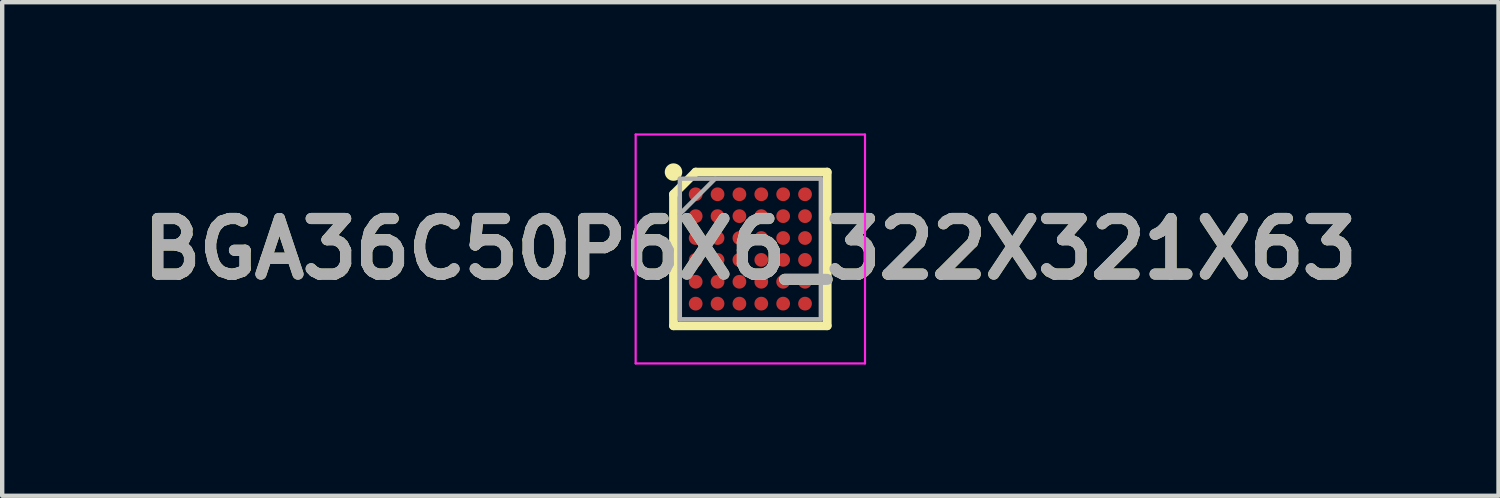
<source format=kicad_pcb>
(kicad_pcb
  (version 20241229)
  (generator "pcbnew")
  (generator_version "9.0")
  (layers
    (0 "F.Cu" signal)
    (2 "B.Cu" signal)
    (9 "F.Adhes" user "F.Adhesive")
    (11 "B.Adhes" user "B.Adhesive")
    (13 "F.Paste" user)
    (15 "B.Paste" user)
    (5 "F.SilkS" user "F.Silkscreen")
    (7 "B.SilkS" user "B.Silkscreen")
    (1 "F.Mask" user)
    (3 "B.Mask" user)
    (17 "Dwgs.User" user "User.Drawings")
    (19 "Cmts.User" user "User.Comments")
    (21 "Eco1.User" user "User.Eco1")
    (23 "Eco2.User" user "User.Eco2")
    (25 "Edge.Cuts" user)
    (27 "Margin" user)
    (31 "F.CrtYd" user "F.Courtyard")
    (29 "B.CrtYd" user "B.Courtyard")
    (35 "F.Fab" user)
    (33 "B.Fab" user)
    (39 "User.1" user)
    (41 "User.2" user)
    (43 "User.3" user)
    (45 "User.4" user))
  (footprint "BGA36C50P6X6_322X321X63"
    (layer "F.Cu")
    (at 14.103 2.641)
    (property "Reference" "BGA36C50P6X6_322X321X63" (at 0 0 0) (layer "F.SilkS") (effects (font (size 1.27 1.27) (thickness 0.254))))
    (attr smd)
    (fp_line (start -1.757 -1.25) (end -1.25 -1.757) (stroke (width 0.2) (type solid)) (layer "F.SilkS"))
    (fp_line (start -1.757 1.757) (end -1.757 -1.25) (stroke (width 0.2) (type solid)) (layer "F.SilkS"))
    (fp_line (start -1.25 -1.757) (end 1.757 -1.757) (stroke (width 0.2) (type solid)) (layer "F.SilkS"))
    (fp_line (start 1.757 -1.757) (end 1.757 1.757) (stroke (width 0.2) (type solid)) (layer "F.SilkS"))
    (fp_line (start 1.757 1.757) (end -1.757 1.757) (stroke (width 0.2) (type solid)) (layer "F.SilkS"))
    (fp_circle (center -1.757 -1.757) (end -1.757 -1.657) (stroke (width 0.2) (type solid)) (fill no) (layer "F.SilkS"))
    (fp_line (start -2.622 -2.616) (end 2.621 -2.616) (stroke (width 0.05) (type solid)) (layer "F.CrtYd"))
    (fp_line (start -2.622 2.617) (end -2.622 -2.616) (stroke (width 0.05) (type solid)) (layer "F.CrtYd"))
    (fp_line (start 2.621 -2.616) (end 2.621 2.617) (stroke (width 0.05) (type solid)) (layer "F.CrtYd"))
    (fp_line (start 2.621 2.617) (end -2.622 2.617) (stroke (width 0.05) (type solid)) (layer "F.CrtYd"))
    (fp_line (start -1.612 -1.606) (end 1.611 -1.606) (stroke (width 0.1) (type solid)) (layer "F.Fab"))
    (fp_line (start -1.612 -0.798) (end -0.804 -1.606) (stroke (width 0.1) (type solid)) (layer "F.Fab"))
    (fp_line (start -1.612 1.607) (end -1.612 -1.606) (stroke (width 0.1) (type solid)) (layer "F.Fab"))
    (fp_line (start 1.611 -1.606) (end 1.611 1.607) (stroke (width 0.1) (type solid)) (layer "F.Fab"))
    (fp_line (start 1.611 1.607) (end -1.612 1.607) (stroke (width 0.1) (type solid)) (layer "F.Fab"))
    (fp_text user "${REFERENCE}" (at 0 0 0) (layer "F.Fab") (effects (font (size 1.27 1.27) (thickness 0.254))))
    (pad "A1" smd circle (at -1.25 -1.25 90) (size 0.314 0.314) (layers "F.Cu" "F.Mask" "F.Paste"))
    (pad "A2" smd circle (at -0.75 -1.25 90) (size 0.314 0.314) (layers "F.Cu" "F.Mask" "F.Paste"))
    (pad "A3" smd circle (at -0.25 -1.25 90) (size 0.314 0.314) (layers "F.Cu" "F.Mask" "F.Paste"))
    (pad "A4" smd circle (at 0.25 -1.25 90) (size 0.314 0.314) (layers "F.Cu" "F.Mask" "F.Paste"))
    (pad "A5" smd circle (at 0.75 -1.25 90) (size 0.314 0.314) (layers "F.Cu" "F.Mask" "F.Paste"))
    (pad "A6" smd circle (at 1.25 -1.25 90) (size 0.314 0.314) (layers "F.Cu" "F.Mask" "F.Paste"))
    (pad "B1" smd circle (at -1.25 -0.75 90) (size 0.314 0.314) (layers "F.Cu" "F.Mask" "F.Paste"))
    (pad "B2" smd circle (at -0.75 -0.75 90) (size 0.314 0.314) (layers "F.Cu" "F.Mask" "F.Paste"))
    (pad "B3" smd circle (at -0.25 -0.75 90) (size 0.314 0.314) (layers "F.Cu" "F.Mask" "F.Paste"))
    (pad "B4" smd circle (at 0.25 -0.75 90) (size 0.314 0.314) (layers "F.Cu" "F.Mask" "F.Paste"))
    (pad "B5" smd circle (at 0.75 -0.75 90) (size 0.314 0.314) (layers "F.Cu" "F.Mask" "F.Paste"))
    (pad "B6" smd circle (at 1.25 -0.75 90) (size 0.314 0.314) (layers "F.Cu" "F.Mask" "F.Paste"))
    (pad "C1" smd circle (at -1.25 -0.25 90) (size 0.314 0.314) (layers "F.Cu" "F.Mask" "F.Paste"))
    (pad "C2" smd circle (at -0.75 -0.25 90) (size 0.314 0.314) (layers "F.Cu" "F.Mask" "F.Paste"))
    (pad "C3" smd circle (at -0.25 -0.25 90) (size 0.314 0.314) (layers "F.Cu" "F.Mask" "F.Paste"))
    (pad "C4" smd circle (at 0.25 -0.25 90) (size 0.314 0.314) (layers "F.Cu" "F.Mask" "F.Paste"))
    (pad "C5" smd circle (at 0.75 -0.25 90) (size 0.314 0.314) (layers "F.Cu" "F.Mask" "F.Paste"))
    (pad "C6" smd circle (at 1.25 -0.25 90) (size 0.314 0.314) (layers "F.Cu" "F.Mask" "F.Paste"))
    (pad "D1" smd circle (at -1.25 0.25 90) (size 0.314 0.314) (layers "F.Cu" "F.Mask" "F.Paste"))
    (pad "D2" smd circle (at -0.75 0.25 90) (size 0.314 0.314) (layers "F.Cu" "F.Mask" "F.Paste"))
    (pad "D3" smd circle (at -0.25 0.25 90) (size 0.314 0.314) (layers "F.Cu" "F.Mask" "F.Paste"))
    (pad "D4" smd circle (at 0.25 0.25 90) (size 0.314 0.314) (layers "F.Cu" "F.Mask" "F.Paste"))
    (pad "D5" smd circle (at 0.75 0.25 90) (size 0.314 0.314) (layers "F.Cu" "F.Mask" "F.Paste"))
    (pad "D6" smd circle (at 1.25 0.25 90) (size 0.314 0.314) (layers "F.Cu" "F.Mask" "F.Paste"))
    (pad "E1" smd circle (at -1.25 0.75 90) (size 0.314 0.314) (layers "F.Cu" "F.Mask" "F.Paste"))
    (pad "E2" smd circle (at -0.75 0.75 90) (size 0.314 0.314) (layers "F.Cu" "F.Mask" "F.Paste"))
    (pad "E3" smd circle (at -0.25 0.75 90) (size 0.314 0.314) (layers "F.Cu" "F.Mask" "F.Paste"))
    (pad "E4" smd circle (at 0.25 0.75 90) (size 0.314 0.314) (layers "F.Cu" "F.Mask" "F.Paste"))
    (pad "E5" smd circle (at 0.75 0.75 90) (size 0.314 0.314) (layers "F.Cu" "F.Mask" "F.Paste"))
    (pad "E6" smd circle (at 1.25 0.75 90) (size 0.314 0.314) (layers "F.Cu" "F.Mask" "F.Paste"))
    (pad "F1" smd circle (at -1.25 1.25 90) (size 0.314 0.314) (layers "F.Cu" "F.Mask" "F.Paste"))
    (pad "F2" smd circle (at -0.75 1.25 90) (size 0.314 0.314) (layers "F.Cu" "F.Mask" "F.Paste"))
    (pad "F3" smd circle (at -0.25 1.25 90) (size 0.314 0.314) (layers "F.Cu" "F.Mask" "F.Paste"))
    (pad "F4" smd circle (at 0.25 1.25 90) (size 0.314 0.314) (layers "F.Cu" "F.Mask" "F.Paste"))
    (pad "F5" smd circle (at 0.75 1.25 90) (size 0.314 0.314) (layers "F.Cu" "F.Mask" "F.Paste"))
    (pad "F6" smd circle (at 1.25 1.25 90) (size 0.314 0.314) (layers "F.Cu" "F.Mask" "F.Paste")))
  (gr_rect
    (start -3 -3)
    (end 31.206 8.283)
    (stroke (width 0.1) (type default))
    (fill no)
    (layer "Edge.Cuts")))
</source>
